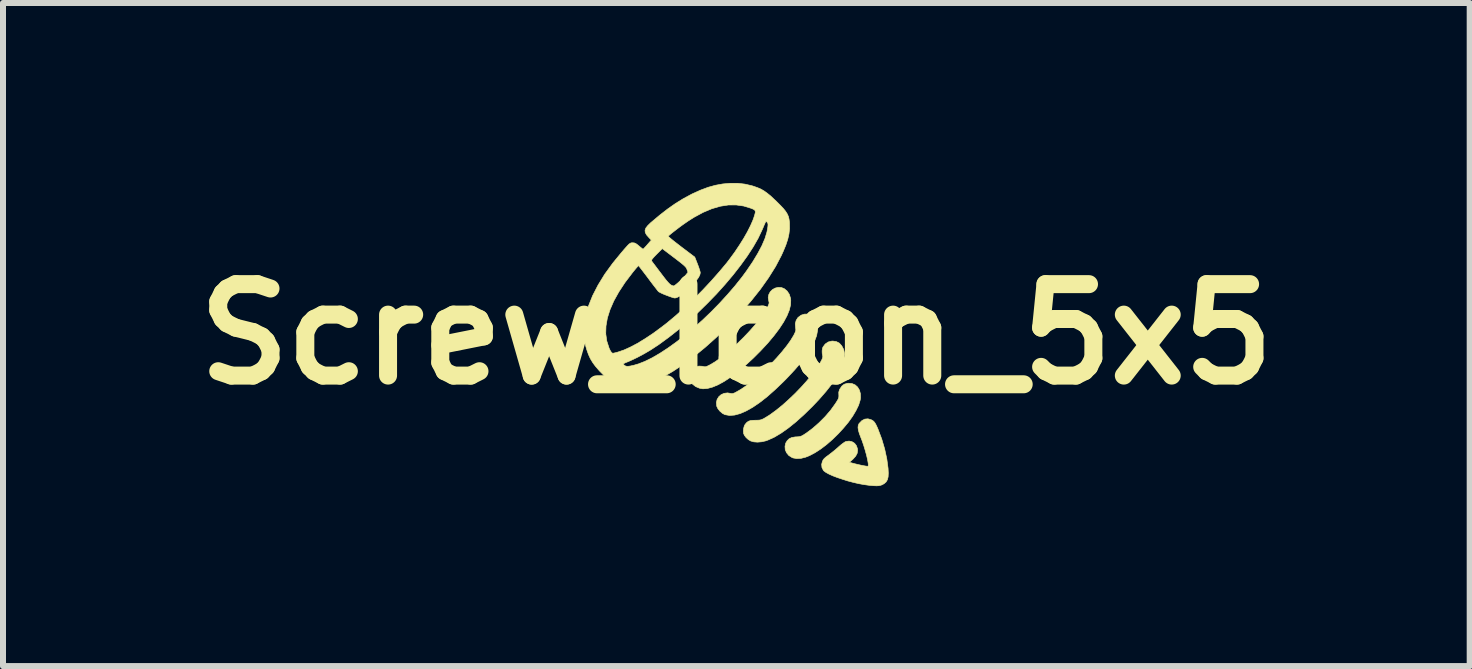
<source format=kicad_pcb>
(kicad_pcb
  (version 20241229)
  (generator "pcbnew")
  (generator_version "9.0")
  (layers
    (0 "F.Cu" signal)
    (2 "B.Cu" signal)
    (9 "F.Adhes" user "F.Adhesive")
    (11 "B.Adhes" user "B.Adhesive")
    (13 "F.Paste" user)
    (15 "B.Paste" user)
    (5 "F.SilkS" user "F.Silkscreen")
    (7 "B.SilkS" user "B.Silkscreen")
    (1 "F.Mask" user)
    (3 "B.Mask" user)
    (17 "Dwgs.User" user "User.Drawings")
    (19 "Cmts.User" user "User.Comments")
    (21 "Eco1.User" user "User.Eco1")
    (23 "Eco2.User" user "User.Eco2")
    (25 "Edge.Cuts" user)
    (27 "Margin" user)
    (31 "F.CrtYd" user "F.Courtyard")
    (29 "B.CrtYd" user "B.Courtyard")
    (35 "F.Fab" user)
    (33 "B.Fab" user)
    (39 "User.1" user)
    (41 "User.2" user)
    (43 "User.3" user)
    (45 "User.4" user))
  (footprint "Screw_Icon_5x5"
    (layer "F.Cu")
    (at 9.224 2.521)
    (property "Reference" "Screw_Icon_5x5" (at 0 0 0) (layer "F.SilkS") (effects (font (size 1.524 1.524) (thickness 0.3))))
    (attr board_only exclude_from_pos_files exclude_from_bom allow_missing_courtyard)
    (fp_poly (pts (xy 1.927 0.822) (xy 1.979 0.844) (xy 2.021 0.881) (xy 2.051 0.931) (xy 2.068 0.991) (xy 2.07 1.059) (xy 2.064 1.099) (xy 2.038 1.183) (xy 1.994 1.273) (xy 1.937 1.369) (xy 1.867 1.467) (xy 1.786 1.564) (xy 1.698 1.66) (xy 1.605 1.751) (xy 1.508 1.836) (xy 1.41 1.911) (xy 1.313 1.974) (xy 1.219 2.024) (xy 1.154 2.05) (xy 1.078 2.069) (xy 1.007 2.073) (xy 0.944 2.062) (xy 0.926 2.054) (xy 0.874 2.021) (xy 0.837 1.976) (xy 0.815 1.925) (xy 0.811 1.869) (xy 0.823 1.815) (xy 0.848 1.774) (xy 0.881 1.742) (xy 0.924 1.722) (xy 0.981 1.712) (xy 1.004 1.711) (xy 1.038 1.709) (xy 1.065 1.704) (xy 1.09 1.695) (xy 1.12 1.678) (xy 1.16 1.652) (xy 1.165 1.649) (xy 1.271 1.57) (xy 1.377 1.477) (xy 1.479 1.375) (xy 1.571 1.268) (xy 1.649 1.16) (xy 1.676 1.118) (xy 1.697 1.082) (xy 1.707 1.055) (xy 1.709 1.029) (xy 1.708 1.007) (xy 1.707 0.966) (xy 1.718 0.929) (xy 1.727 0.911) (xy 1.759 0.864) (xy 1.797 0.834) (xy 1.847 0.819) (xy 1.867 0.817) (xy 1.927 0.822)) (stroke (width 0.01) (type solid)) (fill yes) (layer "F.SilkS"))
    (fp_poly (pts (xy 0.751 -0.778) (xy 0.799 -0.759) (xy 0.846 -0.72) (xy 0.882 -0.666) (xy 0.903 -0.601) (xy 0.907 -0.567) (xy 0.904 -0.49) (xy 0.883 -0.403) (xy 0.844 -0.307) (xy 0.788 -0.203) (xy 0.715 -0.092) (xy 0.626 0.026) (xy 0.522 0.15) (xy 0.402 0.279) (xy 0.284 0.397) (xy 0.154 0.517) (xy 0.03 0.622) (xy -0.088 0.711) (xy -0.198 0.784) (xy -0.301 0.841) (xy -0.396 0.881) (xy -0.481 0.904) (xy -0.557 0.91) (xy -0.614 0.9) (xy -0.678 0.873) (xy -0.728 0.834) (xy -0.762 0.789) (xy -0.78 0.738) (xy -0.78 0.685) (xy -0.762 0.633) (xy -0.726 0.586) (xy -0.678 0.548) (xy -0.626 0.531) (xy -0.569 0.534) (xy -0.556 0.537) (xy -0.533 0.542) (xy -0.513 0.542) (xy -0.49 0.535) (xy -0.457 0.519) (xy -0.439 0.51) (xy -0.36 0.463) (xy -0.272 0.401) (xy -0.177 0.327) (xy -0.078 0.243) (xy 0.022 0.15) (xy 0.121 0.053) (xy 0.216 -0.047) (xy 0.305 -0.147) (xy 0.384 -0.245) (xy 0.421 -0.295) (xy 0.453 -0.341) (xy 0.484 -0.39) (xy 0.51 -0.434) (xy 0.52 -0.452) (xy 0.537 -0.488) (xy 0.545 -0.512) (xy 0.546 -0.532) (xy 0.54 -0.554) (xy 0.54 -0.556) (xy 0.531 -0.611) (xy 0.541 -0.662) (xy 0.565 -0.707) (xy 0.602 -0.744) (xy 0.647 -0.769) (xy 0.698 -0.781) (xy 0.751 -0.778)) (stroke (width 0.01) (type solid)) (fill yes) (layer "F.SilkS"))
    (fp_poly (pts (xy 1.183 -0.335) (xy 1.225 -0.322) (xy 1.266 -0.301) (xy 1.296 -0.274) (xy 1.321 -0.235) (xy 1.33 -0.217) (xy 1.351 -0.146) (xy 1.354 -0.066) (xy 1.338 0.023) (xy 1.302 0.12) (xy 1.248 0.226) (xy 1.175 0.34) (xy 1.084 0.463) (xy 0.973 0.593) (xy 0.844 0.731) (xy 0.788 0.788) (xy 0.648 0.922) (xy 0.516 1.039) (xy 0.391 1.137) (xy 0.274 1.217) (xy 0.164 1.279) (xy 0.063 1.323) (xy -0.03 1.348) (xy -0.114 1.354) (xy -0.189 1.341) (xy -0.19 1.341) (xy -0.232 1.319) (xy -0.273 1.284) (xy -0.307 1.242) (xy -0.327 1.2) (xy -0.327 1.199) (xy -0.333 1.141) (xy -0.321 1.088) (xy -0.293 1.042) (xy -0.253 1.007) (xy -0.203 0.985) (xy -0.147 0.978) (xy -0.105 0.985) (xy -0.079 0.99) (xy -0.056 0.988) (xy -0.027 0.977) (xy -0.008 0.967) (xy 0.076 0.919) (xy 0.169 0.855) (xy 0.268 0.778) (xy 0.37 0.692) (xy 0.472 0.598) (xy 0.573 0.499) (xy 0.669 0.398) (xy 0.757 0.297) (xy 0.836 0.199) (xy 0.903 0.106) (xy 0.955 0.021) (xy 0.964 0.004) (xy 0.981 -0.033) (xy 0.99 -0.059) (xy 0.991 -0.082) (xy 0.987 -0.11) (xy 0.987 -0.111) (xy 0.982 -0.174) (xy 0.997 -0.231) (xy 1.028 -0.279) (xy 1.075 -0.314) (xy 1.084 -0.319) (xy 1.136 -0.335) (xy 1.183 -0.335)) (stroke (width 0.01) (type solid)) (fill yes) (layer "F.SilkS"))
    (fp_poly (pts (xy 1.667 0.123) (xy 1.717 0.149) (xy 1.756 0.192) (xy 1.79 0.256) (xy 1.805 0.329) (xy 1.8 0.411) (xy 1.777 0.502) (xy 1.735 0.602) (xy 1.673 0.71) (xy 1.594 0.827) (xy 1.495 0.953) (xy 1.378 1.087) (xy 1.271 1.2) (xy 1.13 1.338) (xy 0.995 1.46) (xy 0.867 1.563) (xy 0.747 1.648) (xy 0.635 1.715) (xy 0.53 1.763) (xy 0.488 1.778) (xy 0.421 1.793) (xy 0.352 1.799) (xy 0.289 1.794) (xy 0.238 1.779) (xy 0.2 1.756) (xy 0.163 1.723) (xy 0.135 1.686) (xy 0.121 1.655) (xy 0.117 1.615) (xy 0.121 1.57) (xy 0.133 1.528) (xy 0.145 1.505) (xy 0.173 1.472) (xy 0.202 1.451) (xy 0.237 1.439) (xy 0.284 1.435) (xy 0.316 1.434) (xy 0.362 1.433) (xy 0.396 1.43) (xy 0.423 1.422) (xy 0.452 1.409) (xy 0.471 1.398) (xy 0.563 1.341) (xy 0.663 1.268) (xy 0.768 1.183) (xy 0.874 1.088) (xy 0.981 0.986) (xy 1.083 0.88) (xy 1.179 0.773) (xy 1.265 0.668) (xy 1.339 0.567) (xy 1.357 0.54) (xy 1.396 0.479) (xy 1.422 0.431) (xy 1.437 0.396) (xy 1.441 0.37) (xy 1.438 0.354) (xy 1.431 0.318) (xy 1.43 0.275) (xy 1.436 0.234) (xy 1.444 0.214) (xy 1.481 0.164) (xy 1.53 0.13) (xy 1.589 0.115) (xy 1.608 0.114) (xy 1.667 0.123)) (stroke (width 0.01) (type solid)) (fill yes) (layer "F.SilkS"))
    (fp_poly (pts (xy 2.248 1.426) (xy 2.253 1.428) (xy 2.276 1.441) (xy 2.294 1.457) (xy 2.311 1.479) (xy 2.329 1.511) (xy 2.35 1.556) (xy 2.363 1.587) (xy 2.423 1.746) (xy 2.472 1.912) (xy 2.508 2.078) (xy 2.529 2.235) (xy 2.533 2.314) (xy 2.53 2.377) (xy 2.518 2.425) (xy 2.496 2.462) (xy 2.463 2.491) (xy 2.429 2.51) (xy 2.403 2.519) (xy 2.374 2.525) (xy 2.337 2.527) (xy 2.289 2.525) (xy 2.225 2.52) (xy 2.202 2.517) (xy 2.123 2.506) (xy 2.036 2.49) (xy 1.946 2.469) (xy 1.855 2.445) (xy 1.767 2.417) (xy 1.683 2.389) (xy 1.607 2.36) (xy 1.543 2.331) (xy 1.492 2.303) (xy 1.459 2.278) (xy 1.452 2.271) (xy 1.427 2.223) (xy 1.422 2.169) (xy 1.434 2.122) (xy 1.446 2.096) (xy 1.464 2.073) (xy 1.492 2.048) (xy 1.533 2.018) (xy 1.577 1.984) (xy 1.629 1.943) (xy 1.679 1.901) (xy 1.702 1.88) (xy 1.741 1.846) (xy 1.779 1.817) (xy 1.81 1.796) (xy 1.827 1.788) (xy 1.88 1.781) (xy 1.929 1.792) (xy 1.971 1.818) (xy 2.002 1.859) (xy 2.019 1.91) (xy 2.021 1.938) (xy 2.014 1.985) (xy 1.989 2.032) (xy 1.946 2.08) (xy 1.931 2.094) (xy 1.884 2.135) (xy 1.966 2.157) (xy 2.019 2.17) (xy 2.073 2.182) (xy 2.123 2.192) (xy 2.164 2.199) (xy 2.189 2.201) (xy 2.197 2.197) (xy 2.2 2.182) (xy 2.198 2.151) (xy 2.197 2.146) (xy 2.187 2.088) (xy 2.17 2.016) (xy 2.148 1.936) (xy 2.123 1.854) (xy 2.096 1.775) (xy 2.077 1.726) (xy 2.05 1.655) (xy 2.034 1.599) (xy 2.028 1.555) (xy 2.032 1.52) (xy 2.044 1.491) (xy 2.049 1.485) (xy 2.093 1.44) (xy 2.141 1.415) (xy 2.194 1.41) (xy 2.248 1.426)) (stroke (width 0.01) (type solid)) (fill yes) (layer "F.SilkS"))
    (fp_poly (pts (xy 0.143 -2.502) (xy 0.263 -2.474) (xy 0.291 -2.465) (xy 0.353 -2.443) (xy 0.409 -2.419) (xy 0.461 -2.389) (xy 0.514 -2.351) (xy 0.572 -2.304) (xy 0.637 -2.243) (xy 0.669 -2.213) (xy 0.733 -2.149) (xy 0.784 -2.095) (xy 0.821 -2.049) (xy 0.848 -2.006) (xy 0.867 -1.964) (xy 0.878 -1.92) (xy 0.885 -1.869) (xy 0.886 -1.843) (xy 0.887 -1.758) (xy 0.877 -1.672) (xy 0.857 -1.583) (xy 0.825 -1.486) (xy 0.78 -1.378) (xy 0.75 -1.312) (xy 0.654 -1.129) (xy 0.537 -0.942) (xy 0.401 -0.75) (xy 0.245 -0.554) (xy 0.068 -0.352) (xy -0.129 -0.146) (xy -0.148 -0.127) (xy -0.335 0.054) (xy -0.52 0.219) (xy -0.702 0.368) (xy -0.881 0.501) (xy -1.055 0.617) (xy -1.223 0.714) (xy -1.385 0.793) (xy -1.466 0.827) (xy -1.553 0.856) (xy -1.643 0.877) (xy -1.733 0.891) (xy -1.816 0.896) (xy -1.887 0.892) (xy -1.921 0.885) (xy -1.964 0.872) (xy -2.004 0.855) (xy -2.044 0.831) (xy -2.087 0.798) (xy -2.136 0.755) (xy -2.196 0.698) (xy -2.205 0.689) (xy -2.282 0.611) (xy -2.344 0.54) (xy -2.377 0.496) (xy -1.884 0.496) (xy -1.883 0.504) (xy -1.876 0.51) (xy -1.854 0.526) (xy -1.841 0.532) (xy -1.812 0.536) (xy -1.767 0.53) (xy -1.708 0.517) (xy -1.64 0.497) (xy -1.635 0.496) (xy -1.523 0.452) (xy -1.401 0.392) (xy -1.271 0.316) (xy -1.135 0.227) (xy -0.995 0.126) (xy -0.851 0.014) (xy -0.707 -0.108) (xy -0.562 -0.237) (xy -0.42 -0.373) (xy -0.282 -0.514) (xy -0.149 -0.659) (xy -0.023 -0.805) (xy 0.095 -0.953) (xy 0.17 -1.055) (xy 0.272 -1.205) (xy 0.357 -1.346) (xy 0.426 -1.476) (xy 0.477 -1.595) (xy 0.51 -1.703) (xy 0.525 -1.788) (xy 0.528 -1.825) (xy 0.525 -1.848) (xy 0.515 -1.864) (xy 0.512 -1.867) (xy 0.505 -1.875) (xy 0.5 -1.88) (xy 0.494 -1.879) (xy 0.487 -1.87) (xy 0.478 -1.851) (xy 0.463 -1.818) (xy 0.443 -1.77) (xy 0.428 -1.736) (xy 0.363 -1.599) (xy 0.28 -1.454) (xy 0.182 -1.303) (xy 0.07 -1.148) (xy -0.054 -0.989) (xy -0.189 -0.829) (xy -0.332 -0.67) (xy -0.484 -0.514) (xy -0.64 -0.361) (xy -0.801 -0.215) (xy -0.965 -0.076) (xy -1.129 0.053) (xy -1.292 0.172) (xy -1.429 0.262) (xy -1.538 0.326) (xy -1.652 0.387) (xy -1.764 0.44) (xy -1.811 0.46) (xy -1.851 0.476) (xy -1.875 0.488) (xy -1.884 0.496) (xy -2.377 0.496) (xy -2.393 0.474) (xy -2.433 0.408) (xy -2.465 0.338) (xy -2.493 0.259) (xy -2.51 0.2) (xy -2.52 0.16) (xy -2.527 0.123) (xy -2.531 0.082) (xy -2.533 0.032) (xy -2.533 -0.009) (xy -2.177 -0.009) (xy -2.16 0.112) (xy -2.123 0.226) (xy -2.123 0.228) (xy -2.1 0.276) (xy -2.079 0.307) (xy -2.061 0.317) (xy -2.061 0.318) (xy -2.045 0.315) (xy -2.014 0.308) (xy -1.976 0.298) (xy -1.97 0.296) (xy -1.873 0.263) (xy -1.765 0.214) (xy -1.646 0.151) (xy -1.52 0.074) (xy -1.386 -0.015) (xy -1.249 -0.116) (xy -1.157 -0.187) (xy -1.013 -0.307) (xy -0.863 -0.441) (xy -0.711 -0.585) (xy -0.561 -0.736) (xy -0.417 -0.89) (xy -0.282 -1.043) (xy -0.159 -1.19) (xy -0.108 -1.257) (xy -0.026 -1.369) (xy 0.051 -1.484) (xy 0.122 -1.597) (xy 0.184 -1.706) (xy 0.236 -1.809) (xy 0.276 -1.9) (xy 0.29 -1.939) (xy 0.307 -1.992) (xy 0.316 -2.028) (xy 0.315 -2.053) (xy 0.304 -2.071) (xy 0.28 -2.085) (xy 0.246 -2.099) (xy 0.122 -2.137) (xy -0.004 -2.155) (xy -0.135 -2.154) (xy -0.269 -2.133) (xy -0.409 -2.092) (xy -0.554 -2.031) (xy -0.704 -1.95) (xy -0.799 -1.89) (xy -0.841 -1.861) (xy -0.89 -1.827) (xy -0.941 -1.79) (xy -0.992 -1.751) (xy -1.04 -1.714) (xy -1.081 -1.682) (xy -1.113 -1.655) (xy -1.132 -1.638) (xy -1.135 -1.633) (xy -1.129 -1.625) (xy -1.107 -1.606) (xy -1.073 -1.577) (xy -1.028 -1.541) (xy -0.975 -1.5) (xy -0.917 -1.455) (xy -0.693 -1.286) (xy -0.647 -1.169) (xy -0.629 -1.121) (xy -0.614 -1.076) (xy -0.604 -1.042) (xy -0.601 -1.023) (xy -0.609 -0.988) (xy -0.631 -0.945) (xy -0.669 -0.893) (xy -0.723 -0.832) (xy -0.772 -0.782) (xy -0.836 -0.72) (xy -0.896 -0.67) (xy -0.948 -0.633) (xy -0.992 -0.611) (xy -1.023 -0.603) (xy -1.045 -0.607) (xy -1.081 -0.618) (xy -1.126 -0.634) (xy -1.174 -0.652) (xy -1.221 -0.671) (xy -1.26 -0.689) (xy -1.288 -0.704) (xy -1.296 -0.709) (xy -1.309 -0.723) (xy -1.331 -0.752) (xy -1.362 -0.792) (xy -1.4 -0.841) (xy -1.442 -0.897) (xy -1.471 -0.936) (xy -1.514 -0.993) (xy -1.553 -1.044) (xy -1.586 -1.087) (xy -1.611 -1.119) (xy -1.626 -1.138) (xy -1.631 -1.143) (xy -1.639 -1.135) (xy -1.659 -1.114) (xy -1.686 -1.082) (xy -1.719 -1.042) (xy -1.733 -1.024) (xy -1.856 -0.862) (xy -1.959 -0.705) (xy -2.043 -0.554) (xy -2.106 -0.409) (xy -2.15 -0.27) (xy -2.173 -0.136) (xy -2.177 -0.009) (xy -2.533 -0.009) (xy -2.534 -0.032) (xy -2.534 -0.053) (xy -2.532 -0.143) (xy -2.527 -0.215) (xy -2.52 -0.273) (xy -2.515 -0.295) (xy -2.466 -0.467) (xy -2.396 -0.642) (xy -2.305 -0.819) (xy -2.194 -1) (xy -2.061 -1.183) (xy -2.025 -1.227) (xy -1.414 -1.227) (xy -1.413 -1.223) (xy -1.404 -1.21) (xy -1.384 -1.183) (xy -1.355 -1.145) (xy -1.319 -1.097) (xy -1.279 -1.044) (xy -1.259 -1.018) (xy -1.209 -0.952) (xy -1.17 -0.902) (xy -1.138 -0.865) (xy -1.112 -0.838) (xy -1.09 -0.821) (xy -1.07 -0.811) (xy -1.05 -0.806) (xy -1.041 -0.805) (xy -1.029 -0.812) (xy -1.005 -0.83) (xy -0.973 -0.857) (xy -0.949 -0.879) (xy -0.911 -0.916) (xy -0.875 -0.952) (xy -0.847 -0.982) (xy -0.837 -0.994) (xy -0.806 -1.033) (xy -0.823 -1.08) (xy -0.829 -1.096) (xy -0.839 -1.112) (xy -0.854 -1.129) (xy -0.876 -1.15) (xy -0.908 -1.177) (xy -0.951 -1.211) (xy -1.008 -1.255) (xy -1.037 -1.277) (xy -1.235 -1.427) (xy -1.329 -1.333) (xy -1.37 -1.291) (xy -1.396 -1.261) (xy -1.411 -1.24) (xy -1.414 -1.227) (xy -2.025 -1.227) (xy -1.925 -1.349) (xy -1.876 -1.407) (xy -1.838 -1.45) (xy -1.81 -1.481) (xy -1.789 -1.502) (xy -1.772 -1.514) (xy -1.758 -1.521) (xy -1.744 -1.524) (xy -1.728 -1.524) (xy -1.727 -1.524) (xy -1.702 -1.522) (xy -1.678 -1.513) (xy -1.651 -1.494) (xy -1.623 -1.471) (xy -1.593 -1.446) (xy -1.569 -1.427) (xy -1.556 -1.419) (xy -1.555 -1.418) (xy -1.545 -1.426) (xy -1.526 -1.446) (xy -1.499 -1.475) (xy -1.483 -1.494) (xy -1.417 -1.569) (xy -1.459 -1.613) (xy -1.497 -1.656) (xy -1.518 -1.695) (xy -1.522 -1.731) (xy -1.509 -1.769) (xy -1.478 -1.809) (xy -1.429 -1.857) (xy -1.422 -1.863) (xy -1.278 -1.984) (xy -1.143 -2.089) (xy -1.013 -2.18) (xy -0.885 -2.259) (xy -0.757 -2.328) (xy -0.736 -2.339) (xy -0.599 -2.401) (xy -0.471 -2.449) (xy -0.348 -2.483) (xy -0.226 -2.505) (xy -0.105 -2.516) (xy 0.024 -2.516) (xy 0.143 -2.502)) (stroke (width 0.01) (type solid)) (fill yes) (layer "F.SilkS")))
  (gr_rect
    (start -3 -3)
    (end 21.448 8.053)
    (stroke (width 0.1) (type default))
    (fill no)
    (layer "Edge.Cuts")))
</source>
